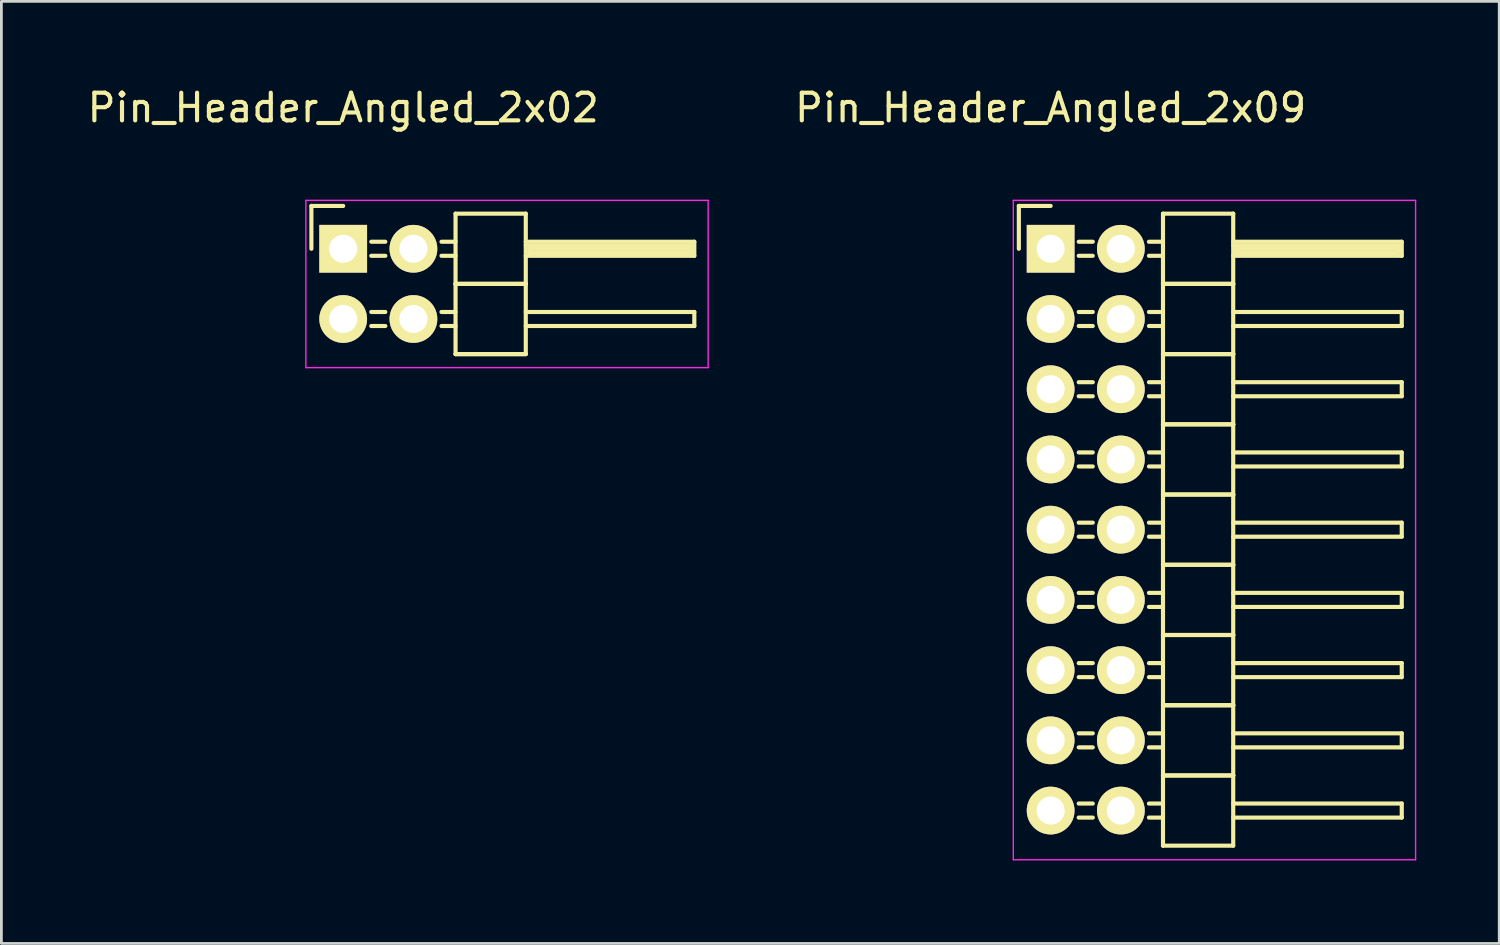
<source format=kicad_pcb>
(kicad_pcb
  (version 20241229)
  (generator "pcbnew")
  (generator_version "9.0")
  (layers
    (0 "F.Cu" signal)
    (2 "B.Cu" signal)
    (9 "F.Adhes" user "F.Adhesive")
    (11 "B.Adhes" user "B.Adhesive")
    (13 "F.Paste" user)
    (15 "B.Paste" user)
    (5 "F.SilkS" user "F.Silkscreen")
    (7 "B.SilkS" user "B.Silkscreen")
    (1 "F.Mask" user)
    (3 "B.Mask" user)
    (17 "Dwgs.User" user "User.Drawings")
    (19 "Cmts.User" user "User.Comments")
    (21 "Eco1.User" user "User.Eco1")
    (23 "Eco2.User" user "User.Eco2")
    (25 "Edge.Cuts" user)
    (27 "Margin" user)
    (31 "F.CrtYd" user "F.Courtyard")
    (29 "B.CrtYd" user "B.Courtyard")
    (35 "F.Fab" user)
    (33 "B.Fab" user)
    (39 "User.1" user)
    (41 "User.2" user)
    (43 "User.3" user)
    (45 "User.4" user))
  (footprint "Pin_Header_Angled_2x02"
    (layer "F.Cu")
    (at 9.363 5.948)
    (property "Reference" "Pin_Header_Angled_2x02" (at 0 -5.1 0) (layer "F.SilkS") (effects (font (size 1 1) (thickness 0.15))))
    (attr through_hole)
    (fp_line (start -1.15 -1.55) (end -1.15 0) (stroke (width 0.15) (type solid)) (layer "F.SilkS"))
    (fp_line (start 0 -1.55) (end -1.15 -1.55) (stroke (width 0.15) (type solid)) (layer "F.SilkS"))
    (fp_line (start 1.524 -0.254) (end 1.016 -0.254) (stroke (width 0.15) (type solid)) (layer "F.SilkS"))
    (fp_line (start 1.524 0.254) (end 1.016 0.254) (stroke (width 0.15) (type solid)) (layer "F.SilkS"))
    (fp_line (start 1.524 2.286) (end 1.016 2.286) (stroke (width 0.15) (type solid)) (layer "F.SilkS"))
    (fp_line (start 1.524 2.794) (end 1.016 2.794) (stroke (width 0.15) (type solid)) (layer "F.SilkS"))
    (fp_line (start 4.064 -1.27) (end 4.064 1.27) (stroke (width 0.15) (type solid)) (layer "F.SilkS"))
    (fp_line (start 4.064 -1.27) (end 6.604 -1.27) (stroke (width 0.15) (type solid)) (layer "F.SilkS"))
    (fp_line (start 4.064 -0.254) (end 3.556 -0.254) (stroke (width 0.15) (type solid)) (layer "F.SilkS"))
    (fp_line (start 4.064 0.254) (end 3.556 0.254) (stroke (width 0.15) (type solid)) (layer "F.SilkS"))
    (fp_line (start 4.064 1.27) (end 4.064 3.81) (stroke (width 0.15) (type solid)) (layer "F.SilkS"))
    (fp_line (start 4.064 1.27) (end 6.604 1.27) (stroke (width 0.15) (type solid)) (layer "F.SilkS"))
    (fp_line (start 4.064 1.27) (end 6.604 1.27) (stroke (width 0.15) (type solid)) (layer "F.SilkS"))
    (fp_line (start 4.064 2.286) (end 3.556 2.286) (stroke (width 0.15) (type solid)) (layer "F.SilkS"))
    (fp_line (start 4.064 2.794) (end 3.556 2.794) (stroke (width 0.15) (type solid)) (layer "F.SilkS"))
    (fp_line (start 4.064 3.81) (end 6.604 3.81) (stroke (width 0.15) (type solid)) (layer "F.SilkS"))
    (fp_line (start 4.064 3.81) (end 6.604 3.81) (stroke (width 0.15) (type solid)) (layer "F.SilkS"))
    (fp_line (start 6.604 -0.254) (end 12.7 -0.254) (stroke (width 0.15) (type solid)) (layer "F.SilkS"))
    (fp_line (start 6.604 -0.127) (end 12.573 -0.127) (stroke (width 0.15) (type solid)) (layer "F.SilkS"))
    (fp_line (start 6.604 1.27) (end 6.604 -1.27) (stroke (width 0.15) (type solid)) (layer "F.SilkS"))
    (fp_line (start 6.604 2.286) (end 12.7 2.286) (stroke (width 0.15) (type solid)) (layer "F.SilkS"))
    (fp_line (start 6.604 3.81) (end 6.604 1.27) (stroke (width 0.15) (type solid)) (layer "F.SilkS"))
    (fp_line (start 6.731 0) (end 12.573 0) (stroke (width 0.15) (type solid)) (layer "F.SilkS"))
    (fp_line (start 6.731 0.127) (end 6.731 0) (stroke (width 0.15) (type solid)) (layer "F.SilkS"))
    (fp_line (start 12.573 -0.127) (end 12.573 0.127) (stroke (width 0.15) (type solid)) (layer "F.SilkS"))
    (fp_line (start 12.573 0.127) (end 6.731 0.127) (stroke (width 0.15) (type solid)) (layer "F.SilkS"))
    (fp_line (start 12.7 -0.254) (end 12.7 0.254) (stroke (width 0.15) (type solid)) (layer "F.SilkS"))
    (fp_line (start 12.7 0.254) (end 6.604 0.254) (stroke (width 0.15) (type solid)) (layer "F.SilkS"))
    (fp_line (start 12.7 2.286) (end 12.7 2.794) (stroke (width 0.15) (type solid)) (layer "F.SilkS"))
    (fp_line (start 12.7 2.794) (end 6.604 2.794) (stroke (width 0.15) (type solid)) (layer "F.SilkS"))
    (fp_line (start -1.35 -1.75) (end -1.35 4.3) (stroke (width 0.05) (type solid)) (layer "F.CrtYd"))
    (fp_line (start -1.35 -1.75) (end 13.2 -1.75) (stroke (width 0.05) (type solid)) (layer "F.CrtYd"))
    (fp_line (start -1.35 4.3) (end 13.2 4.3) (stroke (width 0.05) (type solid)) (layer "F.CrtYd"))
    (fp_line (start 13.2 -1.75) (end 13.2 4.3) (stroke (width 0.05) (type solid)) (layer "F.CrtYd"))
    (pad "1" thru_hole rect (at 0 0) (size 1.727 1.727) (drill 1.016) (layers "*.Cu" "*.Mask" "F.SilkS"))
    (pad "2" thru_hole oval (at 2.54 0) (size 1.727 1.727) (drill 1.016) (layers "*.Cu" "*.Mask" "F.SilkS"))
    (pad "3" thru_hole oval (at 0 2.54) (size 1.727 1.727) (drill 1.016) (layers "*.Cu" "*.Mask" "F.SilkS"))
    (pad "4" thru_hole oval (at 2.54 2.54) (size 1.727 1.727) (drill 1.016) (layers "*.Cu" "*.Mask" "F.SilkS")))
  (footprint "Pin_Header_Angled_2x09"
    (layer "F.Cu")
    (at 34.951 5.948)
    (property "Reference" "Pin_Header_Angled_2x09" (at 0 -5.1 0) (layer "F.SilkS") (effects (font (size 1 1) (thickness 0.15))))
    (attr through_hole)
    (fp_line (start -1.15 -1.55) (end -1.15 0) (stroke (width 0.15) (type solid)) (layer "F.SilkS"))
    (fp_line (start 0 -1.55) (end -1.15 -1.55) (stroke (width 0.15) (type solid)) (layer "F.SilkS"))
    (fp_line (start 1.524 -0.254) (end 1.016 -0.254) (stroke (width 0.15) (type solid)) (layer "F.SilkS"))
    (fp_line (start 1.524 0.254) (end 1.016 0.254) (stroke (width 0.15) (type solid)) (layer "F.SilkS"))
    (fp_line (start 1.524 2.286) (end 1.016 2.286) (stroke (width 0.15) (type solid)) (layer "F.SilkS"))
    (fp_line (start 1.524 2.794) (end 1.016 2.794) (stroke (width 0.15) (type solid)) (layer "F.SilkS"))
    (fp_line (start 1.524 4.826) (end 1.016 4.826) (stroke (width 0.15) (type solid)) (layer "F.SilkS"))
    (fp_line (start 1.524 5.334) (end 1.016 5.334) (stroke (width 0.15) (type solid)) (layer "F.SilkS"))
    (fp_line (start 1.524 7.366) (end 1.016 7.366) (stroke (width 0.15) (type solid)) (layer "F.SilkS"))
    (fp_line (start 1.524 7.874) (end 1.016 7.874) (stroke (width 0.15) (type solid)) (layer "F.SilkS"))
    (fp_line (start 1.524 9.906) (end 1.016 9.906) (stroke (width 0.15) (type solid)) (layer "F.SilkS"))
    (fp_line (start 1.524 10.414) (end 1.016 10.414) (stroke (width 0.15) (type solid)) (layer "F.SilkS"))
    (fp_line (start 1.524 12.446) (end 1.016 12.446) (stroke (width 0.15) (type solid)) (layer "F.SilkS"))
    (fp_line (start 1.524 12.954) (end 1.016 12.954) (stroke (width 0.15) (type solid)) (layer "F.SilkS"))
    (fp_line (start 1.524 14.986) (end 1.016 14.986) (stroke (width 0.15) (type solid)) (layer "F.SilkS"))
    (fp_line (start 1.524 15.494) (end 1.016 15.494) (stroke (width 0.15) (type solid)) (layer "F.SilkS"))
    (fp_line (start 1.524 17.526) (end 1.016 17.526) (stroke (width 0.15) (type solid)) (layer "F.SilkS"))
    (fp_line (start 1.524 18.034) (end 1.016 18.034) (stroke (width 0.15) (type solid)) (layer "F.SilkS"))
    (fp_line (start 1.524 20.066) (end 1.016 20.066) (stroke (width 0.15) (type solid)) (layer "F.SilkS"))
    (fp_line (start 1.524 20.574) (end 1.016 20.574) (stroke (width 0.15) (type solid)) (layer "F.SilkS"))
    (fp_line (start 4.064 -1.27) (end 4.064 1.27) (stroke (width 0.15) (type solid)) (layer "F.SilkS"))
    (fp_line (start 4.064 -1.27) (end 6.604 -1.27) (stroke (width 0.15) (type solid)) (layer "F.SilkS"))
    (fp_line (start 4.064 -0.254) (end 3.556 -0.254) (stroke (width 0.15) (type solid)) (layer "F.SilkS"))
    (fp_line (start 4.064 0.254) (end 3.556 0.254) (stroke (width 0.15) (type solid)) (layer "F.SilkS"))
    (fp_line (start 4.064 1.27) (end 4.064 3.81) (stroke (width 0.15) (type solid)) (layer "F.SilkS"))
    (fp_line (start 4.064 1.27) (end 6.604 1.27) (stroke (width 0.15) (type solid)) (layer "F.SilkS"))
    (fp_line (start 4.064 1.27) (end 6.604 1.27) (stroke (width 0.15) (type solid)) (layer "F.SilkS"))
    (fp_line (start 4.064 2.286) (end 3.556 2.286) (stroke (width 0.15) (type solid)) (layer "F.SilkS"))
    (fp_line (start 4.064 2.794) (end 3.556 2.794) (stroke (width 0.15) (type solid)) (layer "F.SilkS"))
    (fp_line (start 4.064 3.81) (end 4.064 6.35) (stroke (width 0.15) (type solid)) (layer "F.SilkS"))
    (fp_line (start 4.064 3.81) (end 6.604 3.81) (stroke (width 0.15) (type solid)) (layer "F.SilkS"))
    (fp_line (start 4.064 3.81) (end 6.604 3.81) (stroke (width 0.15) (type solid)) (layer "F.SilkS"))
    (fp_line (start 4.064 4.826) (end 3.556 4.826) (stroke (width 0.15) (type solid)) (layer "F.SilkS"))
    (fp_line (start 4.064 5.334) (end 3.556 5.334) (stroke (width 0.15) (type solid)) (layer "F.SilkS"))
    (fp_line (start 4.064 6.35) (end 4.064 8.89) (stroke (width 0.15) (type solid)) (layer "F.SilkS"))
    (fp_line (start 4.064 6.35) (end 6.604 6.35) (stroke (width 0.15) (type solid)) (layer "F.SilkS"))
    (fp_line (start 4.064 6.35) (end 6.604 6.35) (stroke (width 0.15) (type solid)) (layer "F.SilkS"))
    (fp_line (start 4.064 7.366) (end 3.556 7.366) (stroke (width 0.15) (type solid)) (layer "F.SilkS"))
    (fp_line (start 4.064 7.874) (end 3.556 7.874) (stroke (width 0.15) (type solid)) (layer "F.SilkS"))
    (fp_line (start 4.064 8.89) (end 4.064 11.43) (stroke (width 0.15) (type solid)) (layer "F.SilkS"))
    (fp_line (start 4.064 8.89) (end 6.604 8.89) (stroke (width 0.15) (type solid)) (layer "F.SilkS"))
    (fp_line (start 4.064 8.89) (end 6.604 8.89) (stroke (width 0.15) (type solid)) (layer "F.SilkS"))
    (fp_line (start 4.064 9.906) (end 3.556 9.906) (stroke (width 0.15) (type solid)) (layer "F.SilkS"))
    (fp_line (start 4.064 10.414) (end 3.556 10.414) (stroke (width 0.15) (type solid)) (layer "F.SilkS"))
    (fp_line (start 4.064 11.43) (end 4.064 13.97) (stroke (width 0.15) (type solid)) (layer "F.SilkS"))
    (fp_line (start 4.064 11.43) (end 6.604 11.43) (stroke (width 0.15) (type solid)) (layer "F.SilkS"))
    (fp_line (start 4.064 11.43) (end 6.604 11.43) (stroke (width 0.15) (type solid)) (layer "F.SilkS"))
    (fp_line (start 4.064 12.446) (end 3.556 12.446) (stroke (width 0.15) (type solid)) (layer "F.SilkS"))
    (fp_line (start 4.064 12.954) (end 3.556 12.954) (stroke (width 0.15) (type solid)) (layer "F.SilkS"))
    (fp_line (start 4.064 13.97) (end 4.064 16.51) (stroke (width 0.15) (type solid)) (layer "F.SilkS"))
    (fp_line (start 4.064 13.97) (end 6.604 13.97) (stroke (width 0.15) (type solid)) (layer "F.SilkS"))
    (fp_line (start 4.064 13.97) (end 6.604 13.97) (stroke (width 0.15) (type solid)) (layer "F.SilkS"))
    (fp_line (start 4.064 14.986) (end 3.556 14.986) (stroke (width 0.15) (type solid)) (layer "F.SilkS"))
    (fp_line (start 4.064 15.494) (end 3.556 15.494) (stroke (width 0.15) (type solid)) (layer "F.SilkS"))
    (fp_line (start 4.064 16.51) (end 4.064 19.05) (stroke (width 0.15) (type solid)) (layer "F.SilkS"))
    (fp_line (start 4.064 16.51) (end 6.604 16.51) (stroke (width 0.15) (type solid)) (layer "F.SilkS"))
    (fp_line (start 4.064 16.51) (end 6.604 16.51) (stroke (width 0.15) (type solid)) (layer "F.SilkS"))
    (fp_line (start 4.064 17.526) (end 3.556 17.526) (stroke (width 0.15) (type solid)) (layer "F.SilkS"))
    (fp_line (start 4.064 18.034) (end 3.556 18.034) (stroke (width 0.15) (type solid)) (layer "F.SilkS"))
    (fp_line (start 4.064 19.05) (end 4.064 21.59) (stroke (width 0.15) (type solid)) (layer "F.SilkS"))
    (fp_line (start 4.064 19.05) (end 6.604 19.05) (stroke (width 0.15) (type solid)) (layer "F.SilkS"))
    (fp_line (start 4.064 19.05) (end 6.604 19.05) (stroke (width 0.15) (type solid)) (layer "F.SilkS"))
    (fp_line (start 4.064 20.066) (end 3.556 20.066) (stroke (width 0.15) (type solid)) (layer "F.SilkS"))
    (fp_line (start 4.064 20.574) (end 3.556 20.574) (stroke (width 0.15) (type solid)) (layer "F.SilkS"))
    (fp_line (start 4.064 21.59) (end 6.604 21.59) (stroke (width 0.15) (type solid)) (layer "F.SilkS"))
    (fp_line (start 6.604 -0.254) (end 12.7 -0.254) (stroke (width 0.15) (type solid)) (layer "F.SilkS"))
    (fp_line (start 6.604 -0.127) (end 12.573 -0.127) (stroke (width 0.15) (type solid)) (layer "F.SilkS"))
    (fp_line (start 6.604 1.27) (end 6.604 -1.27) (stroke (width 0.15) (type solid)) (layer "F.SilkS"))
    (fp_line (start 6.604 2.286) (end 12.7 2.286) (stroke (width 0.15) (type solid)) (layer "F.SilkS"))
    (fp_line (start 6.604 3.81) (end 6.604 1.27) (stroke (width 0.15) (type solid)) (layer "F.SilkS"))
    (fp_line (start 6.604 4.826) (end 12.7 4.826) (stroke (width 0.15) (type solid)) (layer "F.SilkS"))
    (fp_line (start 6.604 6.35) (end 6.604 3.81) (stroke (width 0.15) (type solid)) (layer "F.SilkS"))
    (fp_line (start 6.604 7.366) (end 12.7 7.366) (stroke (width 0.15) (type solid)) (layer "F.SilkS"))
    (fp_line (start 6.604 8.89) (end 6.604 6.35) (stroke (width 0.15) (type solid)) (layer "F.SilkS"))
    (fp_line (start 6.604 9.906) (end 12.7 9.906) (stroke (width 0.15) (type solid)) (layer "F.SilkS"))
    (fp_line (start 6.604 11.43) (end 6.604 8.89) (stroke (width 0.15) (type solid)) (layer "F.SilkS"))
    (fp_line (start 6.604 12.446) (end 12.7 12.446) (stroke (width 0.15) (type solid)) (layer "F.SilkS"))
    (fp_line (start 6.604 13.97) (end 6.604 11.43) (stroke (width 0.15) (type solid)) (layer "F.SilkS"))
    (fp_line (start 6.604 14.986) (end 12.7 14.986) (stroke (width 0.15) (type solid)) (layer "F.SilkS"))
    (fp_line (start 6.604 16.51) (end 6.604 13.97) (stroke (width 0.15) (type solid)) (layer "F.SilkS"))
    (fp_line (start 6.604 17.526) (end 12.7 17.526) (stroke (width 0.15) (type solid)) (layer "F.SilkS"))
    (fp_line (start 6.604 19.05) (end 6.604 16.51) (stroke (width 0.15) (type solid)) (layer "F.SilkS"))
    (fp_line (start 6.604 20.066) (end 12.7 20.066) (stroke (width 0.15) (type solid)) (layer "F.SilkS"))
    (fp_line (start 6.604 21.59) (end 6.604 19.05) (stroke (width 0.15) (type solid)) (layer "F.SilkS"))
    (fp_line (start 6.731 0) (end 12.573 0) (stroke (width 0.15) (type solid)) (layer "F.SilkS"))
    (fp_line (start 6.731 0.127) (end 6.731 0) (stroke (width 0.15) (type solid)) (layer "F.SilkS"))
    (fp_line (start 12.573 -0.127) (end 12.573 0.127) (stroke (width 0.15) (type solid)) (layer "F.SilkS"))
    (fp_line (start 12.573 0.127) (end 6.731 0.127) (stroke (width 0.15) (type solid)) (layer "F.SilkS"))
    (fp_line (start 12.7 -0.254) (end 12.7 0.254) (stroke (width 0.15) (type solid)) (layer "F.SilkS"))
    (fp_line (start 12.7 0.254) (end 6.604 0.254) (stroke (width 0.15) (type solid)) (layer "F.SilkS"))
    (fp_line (start 12.7 2.286) (end 12.7 2.794) (stroke (width 0.15) (type solid)) (layer "F.SilkS"))
    (fp_line (start 12.7 2.794) (end 6.604 2.794) (stroke (width 0.15) (type solid)) (layer "F.SilkS"))
    (fp_line (start 12.7 4.826) (end 12.7 5.334) (stroke (width 0.15) (type solid)) (layer "F.SilkS"))
    (fp_line (start 12.7 5.334) (end 6.604 5.334) (stroke (width 0.15) (type solid)) (layer "F.SilkS"))
    (fp_line (start 12.7 7.366) (end 12.7 7.874) (stroke (width 0.15) (type solid)) (layer "F.SilkS"))
    (fp_line (start 12.7 7.874) (end 6.604 7.874) (stroke (width 0.15) (type solid)) (layer "F.SilkS"))
    (fp_line (start 12.7 9.906) (end 12.7 10.414) (stroke (width 0.15) (type solid)) (layer "F.SilkS"))
    (fp_line (start 12.7 10.414) (end 6.604 10.414) (stroke (width 0.15) (type solid)) (layer "F.SilkS"))
    (fp_line (start 12.7 12.446) (end 12.7 12.954) (stroke (width 0.15) (type solid)) (layer "F.SilkS"))
    (fp_line (start 12.7 12.954) (end 6.604 12.954) (stroke (width 0.15) (type solid)) (layer "F.SilkS"))
    (fp_line (start 12.7 14.986) (end 12.7 15.494) (stroke (width 0.15) (type solid)) (layer "F.SilkS"))
    (fp_line (start 12.7 15.494) (end 6.604 15.494) (stroke (width 0.15) (type solid)) (layer "F.SilkS"))
    (fp_line (start 12.7 17.526) (end 12.7 18.034) (stroke (width 0.15) (type solid)) (layer "F.SilkS"))
    (fp_line (start 12.7 18.034) (end 6.604 18.034) (stroke (width 0.15) (type solid)) (layer "F.SilkS"))
    (fp_line (start 12.7 20.066) (end 12.7 20.574) (stroke (width 0.15) (type solid)) (layer "F.SilkS"))
    (fp_line (start 12.7 20.574) (end 6.604 20.574) (stroke (width 0.15) (type solid)) (layer "F.SilkS"))
    (fp_line (start -1.35 -1.75) (end -1.35 22.1) (stroke (width 0.05) (type solid)) (layer "F.CrtYd"))
    (fp_line (start -1.35 -1.75) (end 13.2 -1.75) (stroke (width 0.05) (type solid)) (layer "F.CrtYd"))
    (fp_line (start -1.35 22.1) (end 13.2 22.1) (stroke (width 0.05) (type solid)) (layer "F.CrtYd"))
    (fp_line (start 13.2 -1.75) (end 13.2 22.1) (stroke (width 0.05) (type solid)) (layer "F.CrtYd"))
    (pad "1" thru_hole rect (at 0 0) (size 1.727 1.727) (drill 1.016) (layers "*.Cu" "*.Mask" "F.SilkS"))
    (pad "2" thru_hole oval (at 2.54 0) (size 1.727 1.727) (drill 1.016) (layers "*.Cu" "*.Mask" "F.SilkS"))
    (pad "3" thru_hole oval (at 0 2.54) (size 1.727 1.727) (drill 1.016) (layers "*.Cu" "*.Mask" "F.SilkS"))
    (pad "4" thru_hole oval (at 2.54 2.54) (size 1.727 1.727) (drill 1.016) (layers "*.Cu" "*.Mask" "F.SilkS"))
    (pad "5" thru_hole oval (at 0 5.08) (size 1.727 1.727) (drill 1.016) (layers "*.Cu" "*.Mask" "F.SilkS"))
    (pad "6" thru_hole oval (at 2.54 5.08) (size 1.727 1.727) (drill 1.016) (layers "*.Cu" "*.Mask" "F.SilkS"))
    (pad "7" thru_hole oval (at 0 7.62) (size 1.727 1.727) (drill 1.016) (layers "*.Cu" "*.Mask" "F.SilkS"))
    (pad "8" thru_hole oval (at 2.54 7.62) (size 1.727 1.727) (drill 1.016) (layers "*.Cu" "*.Mask" "F.SilkS"))
    (pad "9" thru_hole oval (at 0 10.16) (size 1.727 1.727) (drill 1.016) (layers "*.Cu" "*.Mask" "F.SilkS"))
    (pad "10" thru_hole oval (at 2.54 10.16) (size 1.727 1.727) (drill 1.016) (layers "*.Cu" "*.Mask" "F.SilkS"))
    (pad "11" thru_hole oval (at 0 12.7) (size 1.727 1.727) (drill 1.016) (layers "*.Cu" "*.Mask" "F.SilkS"))
    (pad "12" thru_hole oval (at 2.54 12.7) (size 1.727 1.727) (drill 1.016) (layers "*.Cu" "*.Mask" "F.SilkS"))
    (pad "13" thru_hole oval (at 0 15.24) (size 1.727 1.727) (drill 1.016) (layers "*.Cu" "*.Mask" "F.SilkS"))
    (pad "14" thru_hole oval (at 2.54 15.24) (size 1.727 1.727) (drill 1.016) (layers "*.Cu" "*.Mask" "F.SilkS"))
    (pad "15" thru_hole oval (at 0 17.78) (size 1.727 1.727) (drill 1.016) (layers "*.Cu" "*.Mask" "F.SilkS"))
    (pad "16" thru_hole oval (at 2.54 17.78) (size 1.727 1.727) (drill 1.016) (layers "*.Cu" "*.Mask" "F.SilkS"))
    (pad "17" thru_hole oval (at 0 20.32) (size 1.727 1.727) (drill 1.016) (layers "*.Cu" "*.Mask" "F.SilkS"))
    (pad "18" thru_hole oval (at 2.54 20.32) (size 1.727 1.727) (drill 1.016) (layers "*.Cu" "*.Mask" "F.SilkS")))
  (gr_rect
    (start -3 -3)
    (end 51.176 31.073)
    (stroke (width 0.1) (type default))
    (fill no)
    (layer "Edge.Cuts")))
</source>
